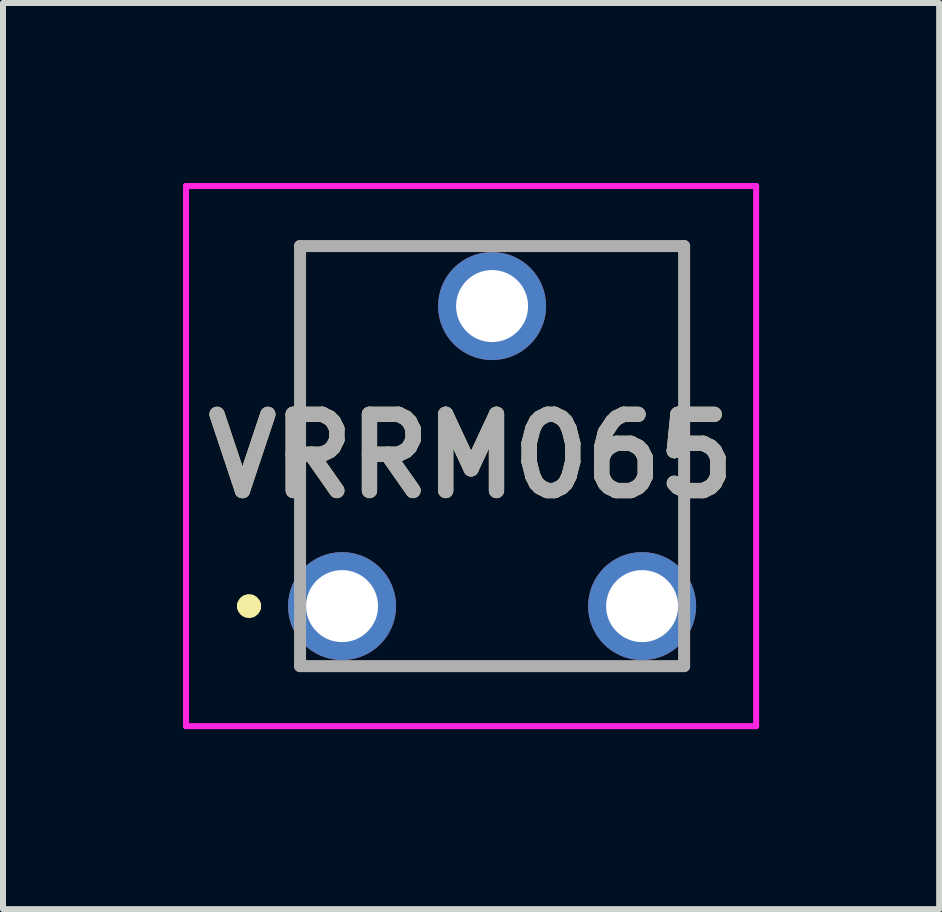
<source format=kicad_pcb>
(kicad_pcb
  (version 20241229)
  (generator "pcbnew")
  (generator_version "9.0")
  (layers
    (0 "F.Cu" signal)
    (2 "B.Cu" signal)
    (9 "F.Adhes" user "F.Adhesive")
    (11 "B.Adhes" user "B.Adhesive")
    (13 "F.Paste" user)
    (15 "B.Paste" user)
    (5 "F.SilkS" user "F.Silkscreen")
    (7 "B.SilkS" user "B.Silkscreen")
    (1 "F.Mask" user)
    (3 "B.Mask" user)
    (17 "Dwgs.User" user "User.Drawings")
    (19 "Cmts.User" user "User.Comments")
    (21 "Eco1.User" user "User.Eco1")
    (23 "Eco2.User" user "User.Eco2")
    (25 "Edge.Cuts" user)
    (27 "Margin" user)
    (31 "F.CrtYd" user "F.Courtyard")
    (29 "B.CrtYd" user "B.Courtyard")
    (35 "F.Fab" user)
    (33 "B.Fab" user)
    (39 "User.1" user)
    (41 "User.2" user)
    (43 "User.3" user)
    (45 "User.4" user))
  (footprint "VRRM065"
    (layer "F.Cu")
    (at 2.65 7.05)
    (property "Reference" "VRRM065" (at 2.15 -2.5 0) (layer "F.SilkS") (effects (font (size 1.27 1.27) (thickness 0.254))))
    (attr through_hole)
    (fp_line (start -1.6 0) (end -1.6 0) (stroke (width 0.3) (type solid)) (layer "F.SilkS"))
    (fp_line (start -1.5 0) (end -1.5 0) (stroke (width 0.3) (type solid)) (layer "F.SilkS"))
    (fp_line (start -0.7 -6) (end -0.7 -2.5) (stroke (width 0.1) (type solid)) (layer "F.SilkS"))
    (fp_line (start -0.7 -6) (end 5.7 -6) (stroke (width 0.1) (type solid)) (layer "F.SilkS"))
    (fp_line (start 5.7 -6) (end 5.7 -2.5) (stroke (width 0.1) (type solid)) (layer "F.SilkS"))
    (fp_arc (start -1.6 0) (mid -1.55 -0.05) (end -1.5 0) (stroke (width 0.3) (type solid)) (layer "F.SilkS"))
    (fp_arc (start -1.5 0) (mid -1.55 0.05) (end -1.6 0) (stroke (width 0.3) (type solid)) (layer "F.SilkS"))
    (fp_line (start -2.6 -7) (end 6.9 -7) (stroke (width 0.1) (type solid)) (layer "F.CrtYd"))
    (fp_line (start -2.6 2) (end -2.6 -7) (stroke (width 0.1) (type solid)) (layer "F.CrtYd"))
    (fp_line (start 6.9 -7) (end 6.9 2) (stroke (width 0.1) (type solid)) (layer "F.CrtYd"))
    (fp_line (start 6.9 2) (end -2.6 2) (stroke (width 0.1) (type solid)) (layer "F.CrtYd"))
    (fp_line (start -0.7 -6) (end 5.7 -6) (stroke (width 0.2) (type solid)) (layer "F.Fab"))
    (fp_line (start -0.7 1) (end -0.7 -6) (stroke (width 0.2) (type solid)) (layer "F.Fab"))
    (fp_line (start 5.7 -6) (end 5.7 1) (stroke (width 0.2) (type solid)) (layer "F.Fab"))
    (fp_line (start 5.7 1) (end -0.7 1) (stroke (width 0.2) (type solid)) (layer "F.Fab"))
    (fp_text user "${REFERENCE}" (at 2.15 -2.5 0) (layer "F.Fab") (effects (font (size 1.27 1.27) (thickness 0.254))))
    (pad "1" thru_hole circle (at 0 0) (size 1.8 1.8) (drill 1.2) (layers "*.Cu" "*.Mask"))
    (pad "2" thru_hole circle (at 2.5 -5) (size 1.8 1.8) (drill 1.2) (layers "*.Cu" "*.Mask"))
    (pad "3" thru_hole circle (at 5 0) (size 1.8 1.8) (drill 1.2) (layers "*.Cu" "*.Mask")))
  (gr_rect
    (start -3 -3)
    (end 12.6 12.1)
    (stroke (width 0.1) (type default))
    (fill no)
    (layer "Edge.Cuts")))
</source>
